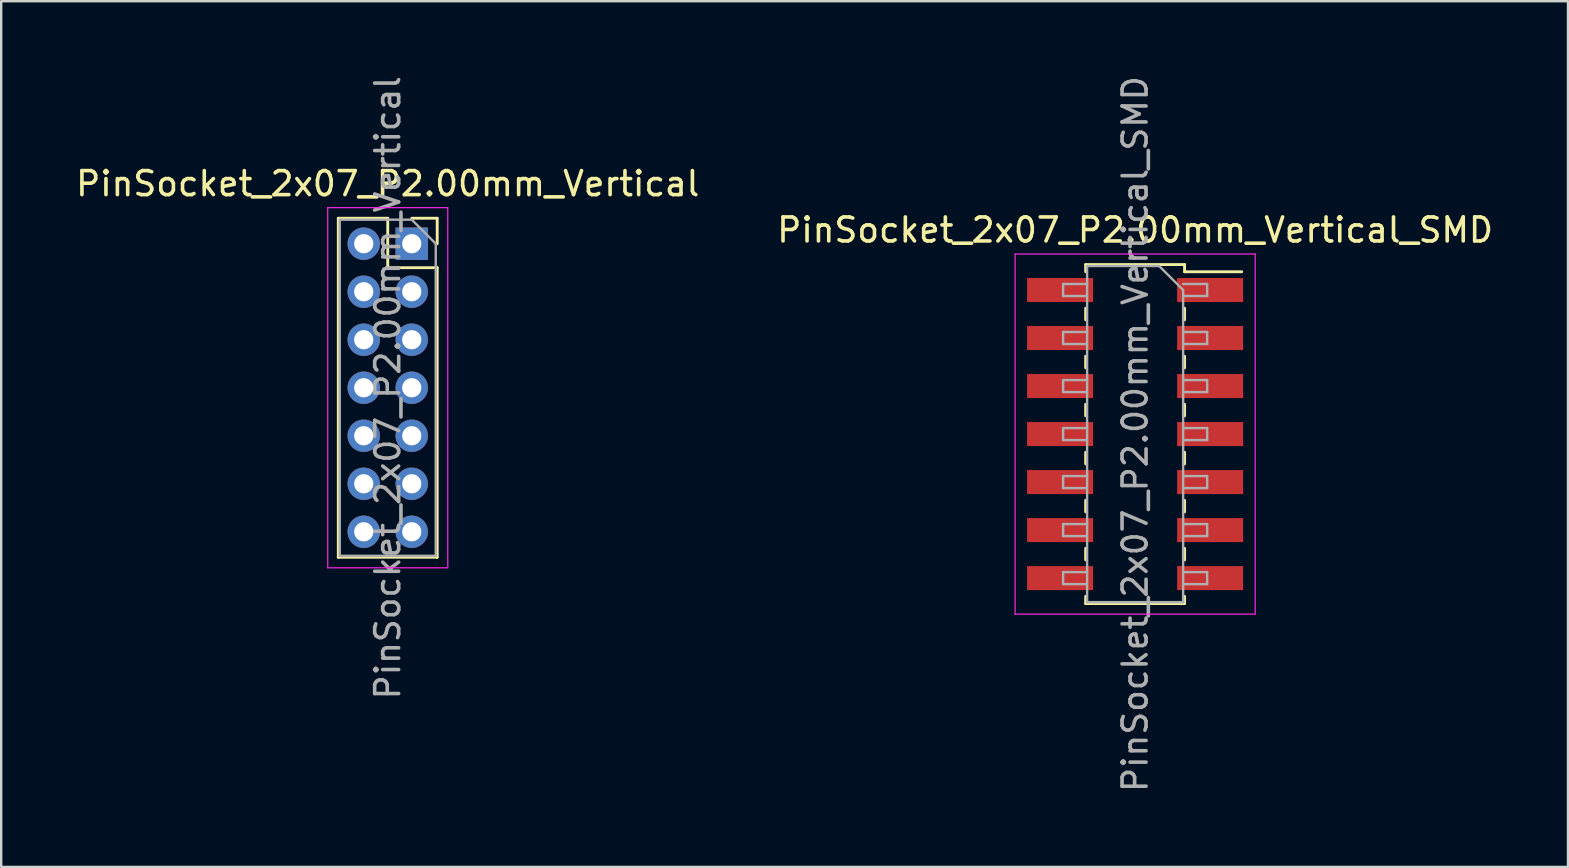
<source format=kicad_pcb>
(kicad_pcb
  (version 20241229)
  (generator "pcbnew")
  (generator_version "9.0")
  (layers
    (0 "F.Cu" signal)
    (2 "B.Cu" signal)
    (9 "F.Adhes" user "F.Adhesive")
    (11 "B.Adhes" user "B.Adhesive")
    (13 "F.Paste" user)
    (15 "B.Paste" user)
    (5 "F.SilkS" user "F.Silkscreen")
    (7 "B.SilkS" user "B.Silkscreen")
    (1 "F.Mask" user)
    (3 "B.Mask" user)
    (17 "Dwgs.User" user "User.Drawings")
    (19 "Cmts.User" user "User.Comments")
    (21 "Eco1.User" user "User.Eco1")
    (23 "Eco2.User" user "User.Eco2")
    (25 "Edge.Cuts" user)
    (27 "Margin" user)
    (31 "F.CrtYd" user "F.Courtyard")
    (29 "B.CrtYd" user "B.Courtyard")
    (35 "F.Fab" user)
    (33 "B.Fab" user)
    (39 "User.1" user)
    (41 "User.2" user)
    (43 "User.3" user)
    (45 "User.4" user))
  (footprint "PinSocket_2x07_P2.00mm_Vertical_SMD"
    (layer "F.Cu")
    (at 44.232 15.03)
    (property "Reference" "PinSocket_2x07_P2.00mm_Vertical_SMD" (at 0 -8.5 0) (layer "F.SilkS") (effects (font (size 1 1) (thickness 0.15))))
    (attr smd)
    (fp_line (start -2.06 -7.06) (end -2.06 -6.76) (stroke (width 0.12) (type solid)) (layer "F.SilkS"))
    (fp_line (start -2.06 -7.06) (end 2.06 -7.06) (stroke (width 0.12) (type solid)) (layer "F.SilkS"))
    (fp_line (start -2.06 -5.24) (end -2.06 -4.76) (stroke (width 0.12) (type solid)) (layer "F.SilkS"))
    (fp_line (start -2.06 -3.24) (end -2.06 -2.76) (stroke (width 0.12) (type solid)) (layer "F.SilkS"))
    (fp_line (start -2.06 -1.24) (end -2.06 -0.76) (stroke (width 0.12) (type solid)) (layer "F.SilkS"))
    (fp_line (start -2.06 0.76) (end -2.06 1.24) (stroke (width 0.12) (type solid)) (layer "F.SilkS"))
    (fp_line (start -2.06 2.76) (end -2.06 3.24) (stroke (width 0.12) (type solid)) (layer "F.SilkS"))
    (fp_line (start -2.06 4.76) (end -2.06 5.24) (stroke (width 0.12) (type solid)) (layer "F.SilkS"))
    (fp_line (start -2.06 6.76) (end -2.06 7.06) (stroke (width 0.12) (type solid)) (layer "F.SilkS"))
    (fp_line (start -2.06 7.06) (end 2.06 7.06) (stroke (width 0.12) (type solid)) (layer "F.SilkS"))
    (fp_line (start 2.06 -7.06) (end 2.06 -6.76) (stroke (width 0.12) (type solid)) (layer "F.SilkS"))
    (fp_line (start 2.06 -6.76) (end 4.44 -6.76) (stroke (width 0.12) (type solid)) (layer "F.SilkS"))
    (fp_line (start 2.06 -5.24) (end 2.06 -4.76) (stroke (width 0.12) (type solid)) (layer "F.SilkS"))
    (fp_line (start 2.06 -3.24) (end 2.06 -2.76) (stroke (width 0.12) (type solid)) (layer "F.SilkS"))
    (fp_line (start 2.06 -1.24) (end 2.06 -0.76) (stroke (width 0.12) (type solid)) (layer "F.SilkS"))
    (fp_line (start 2.06 0.76) (end 2.06 1.24) (stroke (width 0.12) (type solid)) (layer "F.SilkS"))
    (fp_line (start 2.06 2.76) (end 2.06 3.24) (stroke (width 0.12) (type solid)) (layer "F.SilkS"))
    (fp_line (start 2.06 4.76) (end 2.06 5.24) (stroke (width 0.12) (type solid)) (layer "F.SilkS"))
    (fp_line (start 2.06 6.76) (end 2.06 7.06) (stroke (width 0.12) (type solid)) (layer "F.SilkS"))
    (fp_line (start -5 -7.5) (end 5 -7.5) (stroke (width 0.05) (type solid)) (layer "F.CrtYd"))
    (fp_line (start -5 7.5) (end -5 -7.5) (stroke (width 0.05) (type solid)) (layer "F.CrtYd"))
    (fp_line (start 5 -7.5) (end 5 7.5) (stroke (width 0.05) (type solid)) (layer "F.CrtYd"))
    (fp_line (start 5 7.5) (end -5 7.5) (stroke (width 0.05) (type solid)) (layer "F.CrtYd"))
    (fp_line (start -3 -6.25) (end -2 -6.25) (stroke (width 0.1) (type solid)) (layer "F.Fab"))
    (fp_line (start -3 -5.75) (end -3 -6.25) (stroke (width 0.1) (type solid)) (layer "F.Fab"))
    (fp_line (start -3 -4.25) (end -2 -4.25) (stroke (width 0.1) (type solid)) (layer "F.Fab"))
    (fp_line (start -3 -3.75) (end -3 -4.25) (stroke (width 0.1) (type solid)) (layer "F.Fab"))
    (fp_line (start -3 -2.25) (end -2 -2.25) (stroke (width 0.1) (type solid)) (layer "F.Fab"))
    (fp_line (start -3 -1.75) (end -3 -2.25) (stroke (width 0.1) (type solid)) (layer "F.Fab"))
    (fp_line (start -3 -0.25) (end -2 -0.25) (stroke (width 0.1) (type solid)) (layer "F.Fab"))
    (fp_line (start -3 0.25) (end -3 -0.25) (stroke (width 0.1) (type solid)) (layer "F.Fab"))
    (fp_line (start -3 1.75) (end -2 1.75) (stroke (width 0.1) (type solid)) (layer "F.Fab"))
    (fp_line (start -3 2.25) (end -3 1.75) (stroke (width 0.1) (type solid)) (layer "F.Fab"))
    (fp_line (start -3 3.75) (end -2 3.75) (stroke (width 0.1) (type solid)) (layer "F.Fab"))
    (fp_line (start -3 4.25) (end -3 3.75) (stroke (width 0.1) (type solid)) (layer "F.Fab"))
    (fp_line (start -3 5.75) (end -2 5.75) (stroke (width 0.1) (type solid)) (layer "F.Fab"))
    (fp_line (start -3 6.25) (end -3 5.75) (stroke (width 0.1) (type solid)) (layer "F.Fab"))
    (fp_line (start -2 -7) (end 1 -7) (stroke (width 0.1) (type solid)) (layer "F.Fab"))
    (fp_line (start -2 -5.75) (end -3 -5.75) (stroke (width 0.1) (type solid)) (layer "F.Fab"))
    (fp_line (start -2 -3.75) (end -3 -3.75) (stroke (width 0.1) (type solid)) (layer "F.Fab"))
    (fp_line (start -2 -1.75) (end -3 -1.75) (stroke (width 0.1) (type solid)) (layer "F.Fab"))
    (fp_line (start -2 0.25) (end -3 0.25) (stroke (width 0.1) (type solid)) (layer "F.Fab"))
    (fp_line (start -2 2.25) (end -3 2.25) (stroke (width 0.1) (type solid)) (layer "F.Fab"))
    (fp_line (start -2 4.25) (end -3 4.25) (stroke (width 0.1) (type solid)) (layer "F.Fab"))
    (fp_line (start -2 6.25) (end -3 6.25) (stroke (width 0.1) (type solid)) (layer "F.Fab"))
    (fp_line (start -2 7) (end -2 -7) (stroke (width 0.1) (type solid)) (layer "F.Fab"))
    (fp_line (start 1 -7) (end 2 -6) (stroke (width 0.1) (type solid)) (layer "F.Fab"))
    (fp_line (start 2 -6.25) (end 3 -6.25) (stroke (width 0.1) (type solid)) (layer "F.Fab"))
    (fp_line (start 2 -6) (end 2 7) (stroke (width 0.1) (type solid)) (layer "F.Fab"))
    (fp_line (start 2 -4.25) (end 3 -4.25) (stroke (width 0.1) (type solid)) (layer "F.Fab"))
    (fp_line (start 2 -2.25) (end 3 -2.25) (stroke (width 0.1) (type solid)) (layer "F.Fab"))
    (fp_line (start 2 -0.25) (end 3 -0.25) (stroke (width 0.1) (type solid)) (layer "F.Fab"))
    (fp_line (start 2 1.75) (end 3 1.75) (stroke (width 0.1) (type solid)) (layer "F.Fab"))
    (fp_line (start 2 3.75) (end 3 3.75) (stroke (width 0.1) (type solid)) (layer "F.Fab"))
    (fp_line (start 2 5.75) (end 3 5.75) (stroke (width 0.1) (type solid)) (layer "F.Fab"))
    (fp_line (start 2 7) (end -2 7) (stroke (width 0.1) (type solid)) (layer "F.Fab"))
    (fp_line (start 3 -6.25) (end 3 -5.75) (stroke (width 0.1) (type solid)) (layer "F.Fab"))
    (fp_line (start 3 -5.75) (end 2 -5.75) (stroke (width 0.1) (type solid)) (layer "F.Fab"))
    (fp_line (start 3 -4.25) (end 3 -3.75) (stroke (width 0.1) (type solid)) (layer "F.Fab"))
    (fp_line (start 3 -3.75) (end 2 -3.75) (stroke (width 0.1) (type solid)) (layer "F.Fab"))
    (fp_line (start 3 -2.25) (end 3 -1.75) (stroke (width 0.1) (type solid)) (layer "F.Fab"))
    (fp_line (start 3 -1.75) (end 2 -1.75) (stroke (width 0.1) (type solid)) (layer "F.Fab"))
    (fp_line (start 3 -0.25) (end 3 0.25) (stroke (width 0.1) (type solid)) (layer "F.Fab"))
    (fp_line (start 3 0.25) (end 2 0.25) (stroke (width 0.1) (type solid)) (layer "F.Fab"))
    (fp_line (start 3 1.75) (end 3 2.25) (stroke (width 0.1) (type solid)) (layer "F.Fab"))
    (fp_line (start 3 2.25) (end 2 2.25) (stroke (width 0.1) (type solid)) (layer "F.Fab"))
    (fp_line (start 3 3.75) (end 3 4.25) (stroke (width 0.1) (type solid)) (layer "F.Fab"))
    (fp_line (start 3 4.25) (end 2 4.25) (stroke (width 0.1) (type solid)) (layer "F.Fab"))
    (fp_line (start 3 5.75) (end 3 6.25) (stroke (width 0.1) (type solid)) (layer "F.Fab"))
    (fp_line (start 3 6.25) (end 2 6.25) (stroke (width 0.1) (type solid)) (layer "F.Fab"))
    (fp_text user "${REFERENCE}" (at 0 0 90) (layer "F.Fab") (effects (font (size 1 1) (thickness 0.15))))
    (pad "1" smd rect (at 3.125 -6) (size 2.75 1) (layers "F.Cu" "F.Mask" "F.Paste"))
    (pad "2" smd rect (at -3.125 -6) (size 2.75 1) (layers "F.Cu" "F.Mask" "F.Paste"))
    (pad "3" smd rect (at 3.125 -4) (size 2.75 1) (layers "F.Cu" "F.Mask" "F.Paste"))
    (pad "4" smd rect (at -3.125 -4) (size 2.75 1) (layers "F.Cu" "F.Mask" "F.Paste"))
    (pad "5" smd rect (at 3.125 -2) (size 2.75 1) (layers "F.Cu" "F.Mask" "F.Paste"))
    (pad "6" smd rect (at -3.125 -2) (size 2.75 1) (layers "F.Cu" "F.Mask" "F.Paste"))
    (pad "7" smd rect (at 3.125 0) (size 2.75 1) (layers "F.Cu" "F.Mask" "F.Paste"))
    (pad "8" smd rect (at -3.125 0) (size 2.75 1) (layers "F.Cu" "F.Mask" "F.Paste"))
    (pad "9" smd rect (at 3.125 2) (size 2.75 1) (layers "F.Cu" "F.Mask" "F.Paste"))
    (pad "10" smd rect (at -3.125 2) (size 2.75 1) (layers "F.Cu" "F.Mask" "F.Paste"))
    (pad "11" smd rect (at 3.125 4) (size 2.75 1) (layers "F.Cu" "F.Mask" "F.Paste"))
    (pad "12" smd rect (at -3.125 4) (size 2.75 1) (layers "F.Cu" "F.Mask" "F.Paste"))
    (pad "13" smd rect (at 3.125 6) (size 2.75 1) (layers "F.Cu" "F.Mask" "F.Paste"))
    (pad "14" smd rect (at -3.125 6) (size 2.75 1) (layers "F.Cu" "F.Mask" "F.Paste")))
  (footprint "PinSocket_2x07_P2.00mm_Vertical"
    (layer "F.Cu")
    (at 14.101 7.101)
    (property "Reference" "PinSocket_2x07_P2.00mm_Vertical" (at -1 -2.5 0) (layer "F.SilkS") (effects (font (size 1 1) (thickness 0.15))))
    (attr through_hole)
    (fp_line (start -3.06 -1.06) (end -3.06 13.06) (stroke (width 0.12) (type solid)) (layer "F.SilkS"))
    (fp_line (start -3.06 -1.06) (end -1 -1.06) (stroke (width 0.12) (type solid)) (layer "F.SilkS"))
    (fp_line (start -3.06 13.06) (end 1.06 13.06) (stroke (width 0.12) (type solid)) (layer "F.SilkS"))
    (fp_line (start -1 -1.06) (end -1 1) (stroke (width 0.12) (type solid)) (layer "F.SilkS"))
    (fp_line (start -1 1) (end 1.06 1) (stroke (width 0.12) (type solid)) (layer "F.SilkS"))
    (fp_line (start 0 -1.06) (end 1.06 -1.06) (stroke (width 0.12) (type solid)) (layer "F.SilkS"))
    (fp_line (start 1.06 -1.06) (end 1.06 0) (stroke (width 0.12) (type solid)) (layer "F.SilkS"))
    (fp_line (start 1.06 1) (end 1.06 13.06) (stroke (width 0.12) (type solid)) (layer "F.SilkS"))
    (fp_line (start -3.5 -1.5) (end 1.5 -1.5) (stroke (width 0.05) (type solid)) (layer "F.CrtYd"))
    (fp_line (start -3.5 13.5) (end -3.5 -1.5) (stroke (width 0.05) (type solid)) (layer "F.CrtYd"))
    (fp_line (start 1.5 -1.5) (end 1.5 13.5) (stroke (width 0.05) (type solid)) (layer "F.CrtYd"))
    (fp_line (start 1.5 13.5) (end -3.5 13.5) (stroke (width 0.05) (type solid)) (layer "F.CrtYd"))
    (fp_line (start -3 -1) (end 0 -1) (stroke (width 0.1) (type solid)) (layer "F.Fab"))
    (fp_line (start -3 13) (end -3 -1) (stroke (width 0.1) (type solid)) (layer "F.Fab"))
    (fp_line (start 0 -1) (end 1 0) (stroke (width 0.1) (type solid)) (layer "F.Fab"))
    (fp_line (start 1 0) (end 1 13) (stroke (width 0.1) (type solid)) (layer "F.Fab"))
    (fp_line (start 1 13) (end -3 13) (stroke (width 0.1) (type solid)) (layer "F.Fab"))
    (fp_text user "${REFERENCE}" (at -1 6 90) (layer "F.Fab") (effects (font (size 1 1) (thickness 0.15))))
    (pad "1" thru_hole rect (at 0 0) (size 1.35 1.35) (drill 0.8) (layers "*.Cu" "*.Mask"))
    (pad "2" thru_hole oval (at -2 0) (size 1.35 1.35) (drill 0.8) (layers "*.Cu" "*.Mask"))
    (pad "3" thru_hole oval (at 0 2) (size 1.35 1.35) (drill 0.8) (layers "*.Cu" "*.Mask"))
    (pad "4" thru_hole oval (at -2 2) (size 1.35 1.35) (drill 0.8) (layers "*.Cu" "*.Mask"))
    (pad "5" thru_hole oval (at 0 4) (size 1.35 1.35) (drill 0.8) (layers "*.Cu" "*.Mask"))
    (pad "6" thru_hole oval (at -2 4) (size 1.35 1.35) (drill 0.8) (layers "*.Cu" "*.Mask"))
    (pad "7" thru_hole oval (at 0 6) (size 1.35 1.35) (drill 0.8) (layers "*.Cu" "*.Mask"))
    (pad "8" thru_hole oval (at -2 6) (size 1.35 1.35) (drill 0.8) (layers "*.Cu" "*.Mask"))
    (pad "9" thru_hole oval (at 0 8) (size 1.35 1.35) (drill 0.8) (layers "*.Cu" "*.Mask"))
    (pad "10" thru_hole oval (at -2 8) (size 1.35 1.35) (drill 0.8) (layers "*.Cu" "*.Mask"))
    (pad "11" thru_hole oval (at 0 10) (size 1.35 1.35) (drill 0.8) (layers "*.Cu" "*.Mask"))
    (pad "12" thru_hole oval (at -2 10) (size 1.35 1.35) (drill 0.8) (layers "*.Cu" "*.Mask"))
    (pad "13" thru_hole oval (at 0 12) (size 1.35 1.35) (drill 0.8) (layers "*.Cu" "*.Mask"))
    (pad "14" thru_hole oval (at -2 12) (size 1.35 1.35) (drill 0.8) (layers "*.Cu" "*.Mask")))
  (gr_rect
    (start -3 -3)
    (end 62.262 33.06)
    (stroke (width 0.1) (type default))
    (fill no)
    (layer "Edge.Cuts")))
</source>
